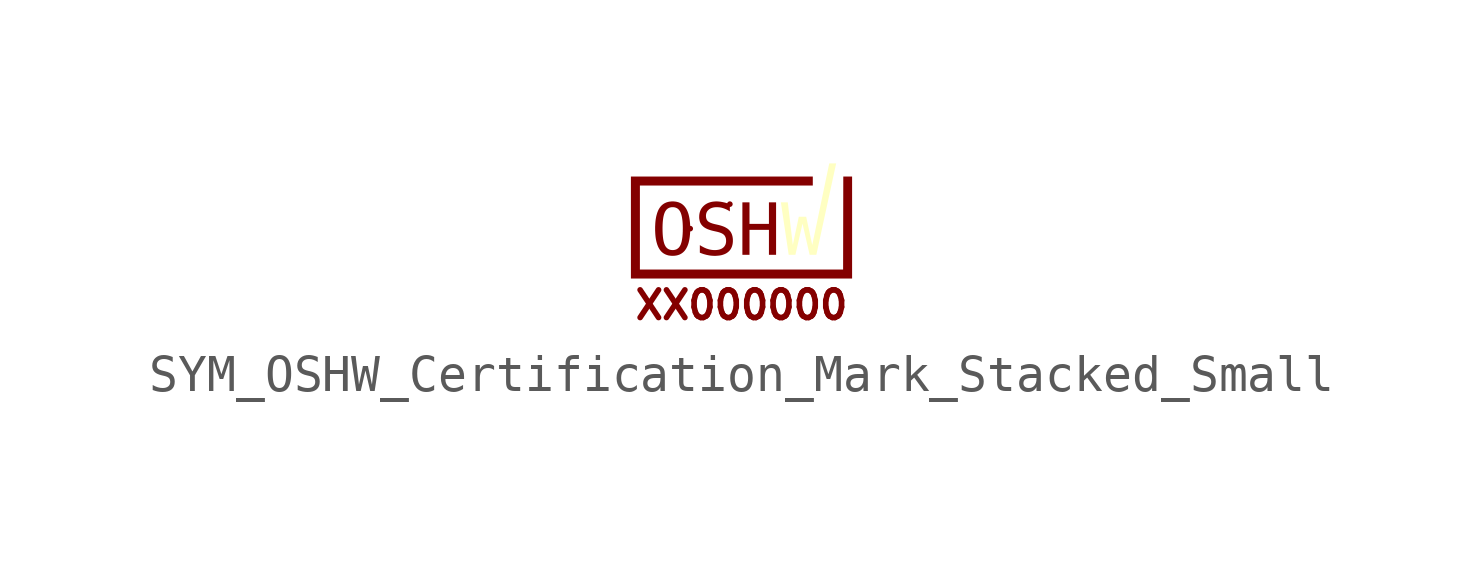
<source format=kicad_sym>
(kicad_symbol_lib
  (version 20220914)
  (generator kicad_symbol_editor)
  (symbol "SYM_OSHW_Certification_Mark_Stacked_Small"
    (property "Reference" "LOGO"
      (at 0 0 0)
      (effects (font (size 1.27 1.27)) hide))
    (symbol "SYM_OSHW_Certification_Mark_Stacked_Small_1_1"
      (polyline (pts (xy -1.391 -0.214) (xy -1.391 -0.214) (xy -1.391 -0.214)) (stroke (width 0) (type default)) (fill (type outline)))
      (polyline (pts (xy -0.316 0.45) (xy -0.316 0.45) (xy -0.316 0.45)) (stroke (width 0) (type default)) (fill (type outline)))
      (polyline (pts (xy 3 -1.568) (xy -3 -1.568) (xy -3 1.199) (xy -3 1.199) (xy 1.934 1.199) (xy 1.934 0.955) (xy -2.756 0.955) (xy -2.756 -1.324) (xy 2.756 -1.324) (xy 2.761 1.199) (xy 3 1.199)) (stroke (width -0.0001) (type default)) (fill (type outline)))
      (polyline (pts (xy 0.217 -0.085) (xy 0.744 -0.085) (xy 0.744 0.499) (xy 0.938 0.499) (xy 0.938 -0.924) (xy 0.744 -0.924) (xy 0.744 -0.247) (xy 0.217 -0.247) (xy 0.217 -0.924) (xy 0.024 -0.924) (xy 0.024 0.499) (xy 0.217 0.499)) (stroke (width -0.0001) (type default)) (fill (type outline)))
      (polyline (pts (xy 2.03 -0.924) (xy 1.848 -0.924) (xy 1.655 -0.079) (xy 1.462 -0.924) (xy 1.28 -0.924) (xy 1.068 0.499) (xy 1.256 0.499) (xy 1.392 -0.656) (xy 1.554 0.108) (xy 1.755 0.108) (xy 1.919 -0.658) (xy 2.38 1.556) (xy 2.568 1.556)) (stroke (width -0.0001) (type default)) (fill (type background)))
      (polyline (pts (xy -1.838 0.524) (xy -1.809 0.521) (xy -1.782 0.518) (xy -1.755 0.513) (xy -1.729 0.506) (xy -1.704 0.499) (xy -1.681 0.489) (xy -1.658 0.479) (xy -1.636 0.467) (xy -1.615 0.453) (xy -1.595 0.438) (xy -1.576 0.421) (xy -1.558 0.404) (xy -1.541 0.384) (xy -1.525 0.363) (xy -1.509 0.341) (xy -1.495 0.318) (xy -1.482 0.293) (xy -1.469 0.266) (xy -1.458 0.238) (xy -1.447 0.208) (xy -1.437 0.177) (xy -1.429 0.145) (xy -1.421 0.111) (xy -1.414 0.075) (xy -1.408 0.039) (xy -1.403 0.0001) (xy -1.399 -0.04) (xy -1.395 -0.081) (xy -1.393 -0.124) (xy -1.392 -0.168) (xy -1.391 -0.214) (xy -1.392 -0.26) (xy -1.393 -0.304) (xy -1.395 -0.347) (xy -1.399 -0.388) (xy -1.403 -0.428) (xy -1.408 -0.466) (xy -1.414 -0.503) (xy -1.421 -0.539) (xy -1.429 -0.573) (xy -1.437 -0.605) (xy -1.447 -0.636) (xy -1.458 -0.666) (xy -1.469 -0.694) (xy -1.482 -0.72) (xy -1.495 -0.745) (xy -1.509 -0.769) (xy -1.517 -0.78) (xy -1.525 -0.791) (xy -1.532 -0.802) (xy -1.541 -0.812) (xy -1.549 -0.822) (xy -1.558 -0.831) (xy -1.567 -0.84) (xy -1.576 -0.849) (xy -1.585 -0.857) (xy -1.595 -0.865) (xy -1.605 -0.873) (xy -1.615 -0.88) (xy -1.625 -0.887) (xy -1.636 -0.894) (xy -1.647 -0.9) (xy -1.658 -0.906) (xy -1.669 -0.912) (xy -1.681 -0.917) (xy -1.692 -0.922) (xy -1.704 -0.926) (xy -1.717 -0.93) (xy -1.729 -0.934) (xy -1.742 -0.937) (xy -1.755 -0.94) (xy -1.768 -0.943) (xy -1.782 -0.945) (xy -1.809 -0.949) (xy -1.838 -0.951) (xy -1.868 -0.952) (xy -1.897 -0.951) (xy -1.926 -0.949) (xy -1.954 -0.945) (xy -1.981 -0.941) (xy -2.006 -0.934) (xy -2.031 -0.926) (xy -2.055 -0.917) (xy -2.078 -0.906) (xy -2.1 -0.894) (xy -2.121 -0.881) (xy -2.141 -0.866) (xy -2.16 -0.85) (xy -2.178 -0.832) (xy -2.195 -0.812) (xy -2.211 -0.792) (xy -2.226 -0.77) (xy -2.24 -0.746) (xy -2.254 -0.721) (xy -2.266 -0.695) (xy -2.277 -0.667) (xy -2.288 -0.637) (xy -2.297 -0.606) (xy -2.306 -0.574) (xy -2.314 -0.54) (xy -2.321 -0.504) (xy -2.327 -0.468) (xy -2.332 -0.429) (xy -2.336 -0.389) (xy -2.339 -0.348) (xy -2.341 -0.305) (xy -2.343 -0.26) (xy -2.343 -0.214) (xy -2.142 -0.214) (xy -2.141 -0.29) (xy -2.138 -0.359) (xy -2.133 -0.424) (xy -2.126 -0.482) (xy -2.122 -0.509) (xy -2.117 -0.535) (xy -2.112 -0.56) (xy -2.106 -0.583) (xy -2.1 -0.605) (xy -2.093 -0.625) (xy -2.086 -0.644) (xy -2.078 -0.661) (xy -2.07 -0.677) (xy -2.066 -0.685) (xy -2.061 -0.693) (xy -2.056 -0.7) (xy -2.051 -0.707) (xy -2.046 -0.714) (xy -2.041 -0.72) (xy -2.035 -0.726) (xy -2.03 -0.732) (xy -2.024 -0.738) (xy -2.018 -0.743) (xy -2.012 -0.748) (xy -2.006 -0.753) (xy -2 -0.758) (xy -1.993 -0.762) (xy -1.987 -0.766) (xy -1.98 -0.77) (xy -1.973 -0.773) (xy -1.966 -0.777) (xy -1.958 -0.78) (xy -1.951 -0.782) (xy -1.943 -0.785) (xy -1.936 -0.787) (xy -1.928 -0.789) (xy -1.92 -0.791) (xy -1.911 -0.792) (xy -1.903 -0.793) (xy -1.894 -0.794) (xy -1.886 -0.795) (xy -1.868 -0.795) (xy -1.85 -0.795) (xy -1.832 -0.793) (xy -1.816 -0.791) (xy -1.8 -0.787) (xy -1.784 -0.782) (xy -1.769 -0.777) (xy -1.755 -0.77) (xy -1.742 -0.762) (xy -1.729 -0.753) (xy -1.717 -0.743) (xy -1.705 -0.733) (xy -1.694 -0.721) (xy -1.684 -0.708) (xy -1.674 -0.693) (xy -1.665 -0.678) (xy -1.657 -0.662) (xy -1.649 -0.645) (xy -1.642 -0.626) (xy -1.635 -0.605) (xy -1.629 -0.584) (xy -1.623 -0.561) (xy -1.618 -0.536) (xy -1.613 -0.51) (xy -1.609 -0.483) (xy -1.605 -0.454) (xy -1.601 -0.424) (xy -1.599 -0.393) (xy -1.596 -0.36) (xy -1.595 -0.326) (xy -1.593 -0.29) (xy -1.593 -0.253) (xy -1.592 -0.214) (xy -1.593 -0.139) (xy -1.596 -0.069) (xy -1.601 -0.004) (xy -1.609 0.054) (xy -1.613 0.082) (xy -1.618 0.108) (xy -1.623 0.132) (xy -1.629 0.155) (xy -1.635 0.177) (xy -1.642 0.197) (xy -1.649 0.216) (xy -1.657 0.234) (xy -1.665 0.25) (xy -1.67 0.258) (xy -1.674 0.265) (xy -1.679 0.272) (xy -1.684 0.279) (xy -1.689 0.286) (xy -1.694 0.292) (xy -1.7 0.299) (xy -1.705 0.305) (xy -1.711 0.31) (xy -1.717 0.316) (xy -1.723 0.321) (xy -1.729 0.326) (xy -1.735 0.33) (xy -1.742 0.335) (xy -1.748 0.339) (xy -1.755 0.342) (xy -1.762 0.346) (xy -1.769 0.349) (xy -1.777 0.352) (xy -1.784 0.355) (xy -1.792 0.357) (xy -1.8 0.36) (xy -1.808 0.362) (xy -1.816 0.363) (xy -1.824 0.365) (xy -1.832 0.366) (xy -1.841 0.367) (xy -1.85 0.368) (xy -1.868 0.368) (xy -1.886 0.368) (xy -1.903 0.366) (xy -1.92 0.363) (xy -1.936 0.36) (xy -1.951 0.355) (xy -1.966 0.349) (xy -1.98 0.342) (xy -1.993 0.335) (xy -2.006 0.326) (xy -2.018 0.316) (xy -2.03 0.305) (xy -2.041 0.292) (xy -2.051 0.279) (xy -2.061 0.265) (xy -2.07 0.25) (xy -2.078 0.234) (xy -2.086 0.216) (xy -2.093 0.197) (xy -2.1 0.177) (xy -2.106 0.155) (xy -2.112 0.132) (xy -2.117 0.108) (xy -2.122 0.082) (xy -2.126 0.054) (xy -2.13 0.026) (xy -2.133 -0.004) (xy -2.136 -0.036) (xy -2.138 -0.069) (xy -2.14 -0.103) (xy -2.141 -0.139) (xy -2.142 -0.176) (xy -2.142 -0.214) (xy -2.343 -0.214) (xy -2.343 -0.168) (xy -2.341 -0.124) (xy -2.339 -0.081) (xy -2.336 -0.04) (xy -2.332 0.0001) (xy -2.327 0.039) (xy -2.321 0.075) (xy -2.314 0.111) (xy -2.306 0.145) (xy -2.297 0.177) (xy -2.288 0.208) (xy -2.277 0.238) (xy -2.266 0.266) (xy -2.254 0.293) (xy -2.24 0.318) (xy -2.226 0.341) (xy -2.219 0.353) (xy -2.211 0.363) (xy -2.203 0.374) (xy -2.195 0.384) (xy -2.186 0.394) (xy -2.178 0.404) (xy -2.169 0.413) (xy -2.159 0.421) (xy -2.15 0.43) (xy -2.14 0.438) (xy -2.131 0.446) (xy -2.12 0.453) (xy -2.11 0.46) (xy -2.099 0.467) (xy -2.088 0.473) (xy -2.077 0.479) (xy -2.066 0.484) (xy -2.055 0.489) (xy -2.043 0.494) (xy -2.031 0.499) (xy -2.018 0.503) (xy -2.006 0.506) (xy -1.993 0.51) (xy -1.98 0.513) (xy -1.954 0.518) (xy -1.926 0.521) (xy -1.897 0.524) (xy -1.868 0.524)) (stroke (width -0.0001) (type default)) (fill (type outline)))
      (polyline (pts (xy -0.658 0.524) (xy -0.638 0.523) (xy -0.616 0.521) (xy -0.595 0.519) (xy -0.573 0.517) (xy -0.551 0.513) (xy -0.529 0.509) (xy -0.507 0.505) (xy -0.484 0.5) (xy -0.461 0.495) (xy -0.437 0.489) (xy -0.414 0.482) (xy -0.39 0.475) (xy -0.365 0.467) (xy -0.341 0.459) (xy -0.316 0.45) (xy -0.316 0.254) (xy -0.338 0.268) (xy -0.36 0.281) (xy -0.382 0.293) (xy -0.404 0.304) (xy -0.426 0.314) (xy -0.448 0.323) (xy -0.47 0.332) (xy -0.492 0.339) (xy -0.514 0.346) (xy -0.536 0.352) (xy -0.558 0.357) (xy -0.58 0.361) (xy -0.603 0.364) (xy -0.625 0.366) (xy -0.647 0.367) (xy -0.67 0.368) (xy -0.686 0.368) (xy -0.703 0.367) (xy -0.719 0.366) (xy -0.734 0.364) (xy -0.749 0.362) (xy -0.764 0.359) (xy -0.778 0.356) (xy -0.791 0.352) (xy -0.805 0.348) (xy -0.818 0.343) (xy -0.83 0.338) (xy -0.842 0.332) (xy -0.853 0.326) (xy -0.864 0.319) (xy -0.875 0.312) (xy -0.885 0.304) (xy -0.894 0.296) (xy -0.903 0.287) (xy -0.912 0.279) (xy -0.919 0.27) (xy -0.927 0.26) (xy -0.933 0.251) (xy -0.939 0.24) (xy -0.944 0.23) (xy -0.949 0.219) (xy -0.953 0.208) (xy -0.956 0.196) (xy -0.959 0.184) (xy -0.961 0.172) (xy -0.963 0.16) (xy -0.964 0.147) (xy -0.964 0.133) (xy -0.964 0.122) (xy -0.963 0.111) (xy -0.962 0.1) (xy -0.961 0.089) (xy -0.959 0.079) (xy -0.957 0.069) (xy -0.954 0.059) (xy -0.951 0.05) (xy -0.948 0.041) (xy -0.944 0.033) (xy -0.94 0.025) (xy -0.935 0.017) (xy -0.93 0.01) (xy -0.925 0.003) (xy -0.919 -0.004) (xy -0.913 -0.011) (xy -0.906 -0.017) (xy -0.898 -0.023) (xy -0.89 -0.029) (xy -0.881 -0.034) (xy -0.871 -0.04) (xy -0.861 -0.045) (xy -0.85 -0.051) (xy -0.838 -0.056) (xy -0.825 -0.061) (xy -0.812 -0.066) (xy -0.798 -0.071) (xy -0.784 -0.076) (xy -0.768 -0.08) (xy -0.752 -0.085) (xy -0.736 -0.089) (xy -0.718 -0.093) (xy -0.617 -0.116) (xy -0.593 -0.122) (xy -0.569 -0.129) (xy -0.546 -0.136) (xy -0.524 -0.143) (xy -0.503 -0.151) (xy -0.482 -0.159) (xy -0.463 -0.167) (xy -0.444 -0.176) (xy -0.426 -0.186) (xy -0.409 -0.196) (xy -0.393 -0.206) (xy -0.378 -0.216) (xy -0.364 -0.227) (xy -0.35 -0.239) (xy -0.337 -0.251) (xy -0.326 -0.263) (xy -0.315 -0.276) (xy -0.304 -0.289) (xy -0.294 -0.303) (xy -0.285 -0.318) (xy -0.277 -0.333) (xy -0.27 -0.348) (xy -0.263 -0.364) (xy -0.257 -0.381) (xy -0.252 -0.399) (xy -0.247 -0.416) (xy -0.243 -0.435) (xy -0.24 -0.454) (xy -0.237 -0.473) (xy -0.235 -0.494) (xy -0.234 -0.514) (xy -0.234 -0.536) (xy -0.234 -0.561) (xy -0.236 -0.585) (xy -0.238 -0.608) (xy -0.242 -0.631) (xy -0.246 -0.653) (xy -0.252 -0.674) (xy -0.258 -0.695) (xy -0.266 -0.715) (xy -0.274 -0.734) (xy -0.283 -0.752) (xy -0.293 -0.769) (xy -0.305 -0.786) (xy -0.317 -0.802) (xy -0.33 -0.817) (xy -0.345 -0.832) (xy -0.36 -0.845) (xy -0.376 -0.858) (xy -0.393 -0.87) (xy -0.411 -0.882) (xy -0.43 -0.892) (xy -0.45 -0.902) (xy -0.47 -0.91) (xy -0.492 -0.918) (xy -0.514 -0.925) (xy -0.537 -0.932) (xy -0.562 -0.937) (xy -0.587 -0.942) (xy -0.613 -0.945) (xy -0.64 -0.948) (xy -0.667 -0.95) (xy -0.696 -0.952) (xy -0.726 -0.952) (xy -0.751 -0.952) (xy -0.776 -0.951) (xy -0.801 -0.949) (xy -0.826 -0.947) (xy -0.851 -0.944) (xy -0.876 -0.94) (xy -0.902 -0.935) (xy -0.927 -0.93) (xy -0.952 -0.925) (xy -0.977 -0.918) (xy -1.003 -0.911) (xy -1.028 -0.904) (xy -1.054 -0.895) (xy -1.079 -0.886) (xy -1.104 -0.877) (xy -1.13 -0.866) (xy -1.13 -0.661) (xy -1.103 -0.678) (xy -1.076 -0.694) (xy -1.049 -0.708) (xy -1.023 -0.722) (xy -0.998 -0.734) (xy -0.972 -0.745) (xy -0.948 -0.755) (xy -0.923 -0.763) (xy -0.898 -0.771) (xy -0.874 -0.778) (xy -0.849 -0.783) (xy -0.825 -0.788) (xy -0.8 -0.791) (xy -0.775 -0.794) (xy -0.751 -0.795) (xy -0.726 -0.796) (xy -0.708 -0.795) (xy -0.69 -0.795) (xy -0.673 -0.793) (xy -0.657 -0.792) (xy -0.641 -0.789) (xy -0.625 -0.787) (xy -0.611 -0.783) (xy -0.596 -0.78) (xy -0.582 -0.775) (xy -0.569 -0.77) (xy -0.556 -0.765) (xy -0.543 -0.759) (xy -0.532 -0.753) (xy -0.52 -0.746) (xy -0.509 -0.739) (xy -0.499 -0.731) (xy -0.489 -0.723) (xy -0.48 -0.714) (xy -0.471 -0.705) (xy -0.464 -0.695) (xy -0.456 -0.685) (xy -0.45 -0.674) (xy -0.444 -0.664) (xy -0.438 -0.652) (xy -0.433 -0.641) (xy -0.429 -0.629) (xy -0.426 -0.616) (xy -0.423 -0.603) (xy -0.421 -0.59) (xy -0.419 -0.577) (xy -0.418 -0.562) (xy -0.418 -0.548) (xy -0.418 -0.535) (xy -0.419 -0.522) (xy -0.42 -0.51) (xy -0.421 -0.498) (xy -0.423 -0.486) (xy -0.426 -0.475) (xy -0.429 -0.464) (xy -0.432 -0.454) (xy -0.436 -0.444) (xy -0.44 -0.434) (xy -0.445 -0.425) (xy -0.45 -0.416) (xy -0.455 -0.408) (xy -0.461 -0.4) (xy -0.467 -0.392) (xy -0.474 -0.385) (xy -0.481 -0.378) (xy -0.489 -0.371) (xy -0.498 -0.365) (xy -0.507 -0.358) (xy -0.517 -0.352) (xy -0.527 -0.346) (xy -0.538 -0.341) (xy -0.55 -0.335) (xy -0.563 -0.33) (xy -0.576 -0.325) (xy -0.589 -0.32) (xy -0.604 -0.315) (xy -0.619 -0.311) (xy -0.634 -0.306) (xy -0.651 -0.302) (xy -0.668 -0.298) (xy -0.771 -0.275) (xy -0.795 -0.269) (xy -0.818 -0.263) (xy -0.841 -0.256) (xy -0.863 -0.249) (xy -0.884 -0.242) (xy -0.904 -0.234) (xy -0.923 -0.227) (xy -0.942 -0.218) (xy -0.959 -0.21) (xy -0.976 -0.201) (xy -0.992 -0.191) (xy -1.007 -0.182) (xy -1.021 -0.172) (xy -1.034 -0.161) (xy -1.047 -0.15) (xy -1.058 -0.139) (xy -1.069 -0.128) (xy -1.079 -0.116) (xy -1.089 -0.103) (xy -1.098 -0.09) (xy -1.106 -0.076) (xy -1.113 -0.063) (xy -1.12 -0.048) (xy -1.126 -0.033) (xy -1.131 -0.018) (xy -1.135 -0.002) (xy -1.139 0.015) (xy -1.142 0.032) (xy -1.145 0.049) (xy -1.147 0.067) (xy -1.148 0.085) (xy -1.148 0.104) (xy -1.147 0.127) (xy -1.146 0.15) (xy -1.143 0.173) (xy -1.14 0.194) (xy -1.135 0.215) (xy -1.13 0.236) (xy -1.123 0.256) (xy -1.116 0.275) (xy -1.108 0.294) (xy -1.098 0.312) (xy -1.088 0.33) (xy -1.076 0.347) (xy -1.064 0.363) (xy -1.05 0.379) (xy -1.036 0.394) (xy -1.02 0.409) (xy -1.004 0.423) (xy -0.987 0.436) (xy -0.969 0.448) (xy -0.951 0.459) (xy -0.932 0.47) (xy -0.912 0.479) (xy -0.892 0.488) (xy -0.871 0.495) (xy -0.849 0.502) (xy -0.827 0.508) (xy -0.804 0.513) (xy -0.78 0.517) (xy -0.756 0.52) (xy -0.731 0.522) (xy -0.705 0.524) (xy -0.679 0.524)) (stroke (width -0.0001) (type default)) (fill (type outline)))
      (text "XX000000" (at 0 -2.286 0) (effects (font (face "KiCad Font") (size 0.75 0.75)))))))
</source>
